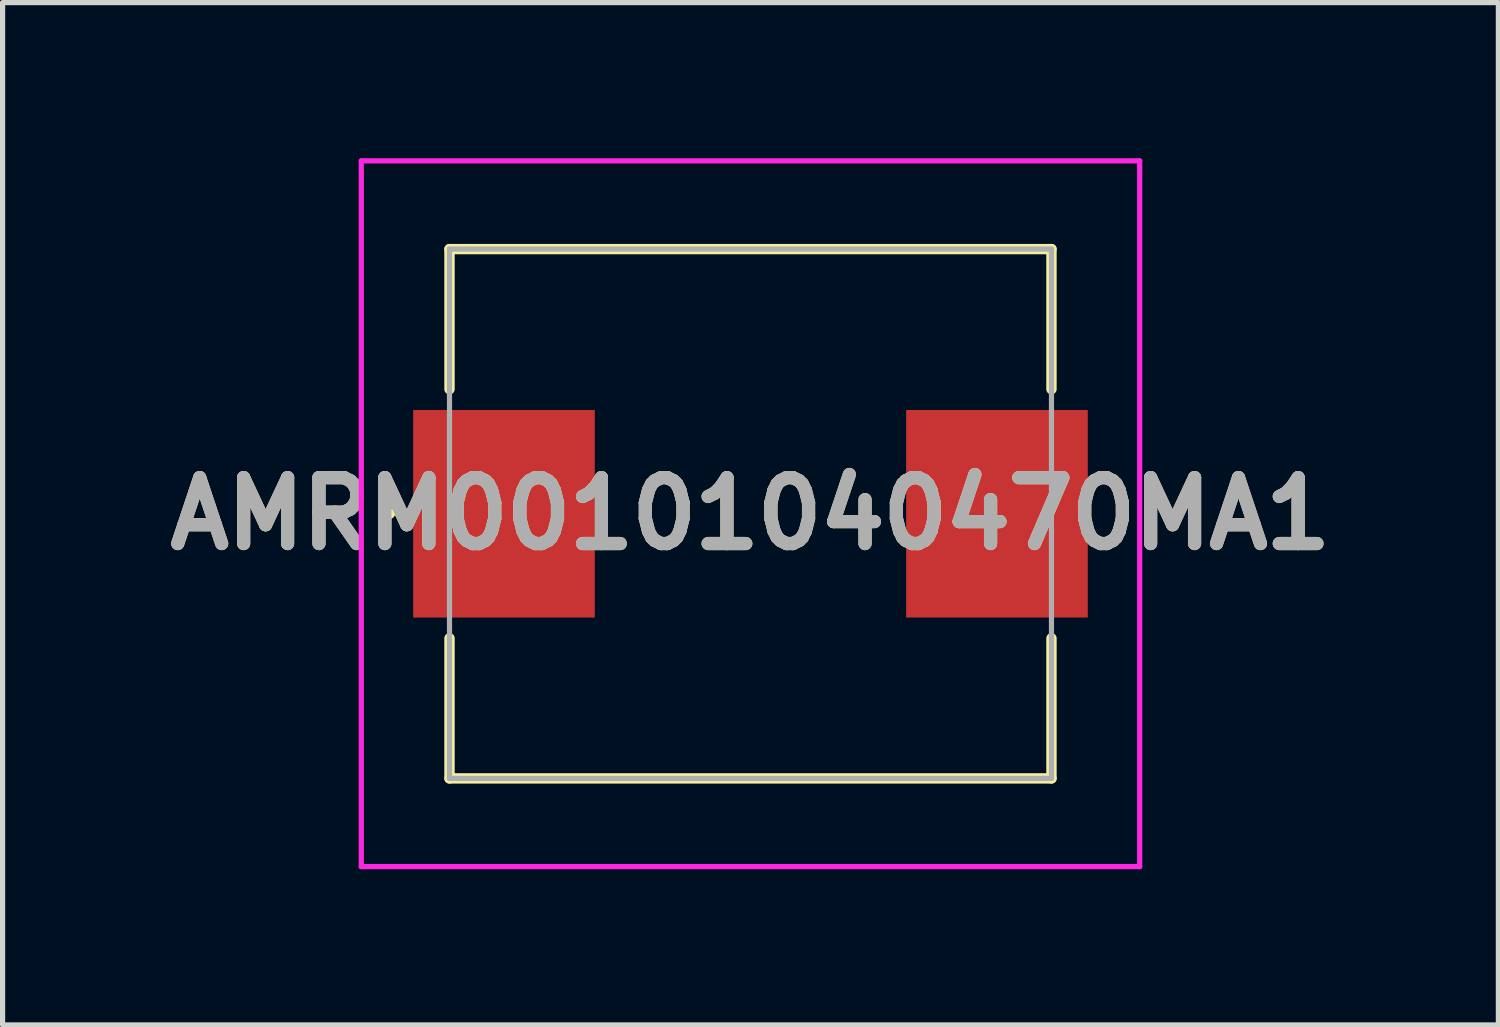
<source format=kicad_pcb>
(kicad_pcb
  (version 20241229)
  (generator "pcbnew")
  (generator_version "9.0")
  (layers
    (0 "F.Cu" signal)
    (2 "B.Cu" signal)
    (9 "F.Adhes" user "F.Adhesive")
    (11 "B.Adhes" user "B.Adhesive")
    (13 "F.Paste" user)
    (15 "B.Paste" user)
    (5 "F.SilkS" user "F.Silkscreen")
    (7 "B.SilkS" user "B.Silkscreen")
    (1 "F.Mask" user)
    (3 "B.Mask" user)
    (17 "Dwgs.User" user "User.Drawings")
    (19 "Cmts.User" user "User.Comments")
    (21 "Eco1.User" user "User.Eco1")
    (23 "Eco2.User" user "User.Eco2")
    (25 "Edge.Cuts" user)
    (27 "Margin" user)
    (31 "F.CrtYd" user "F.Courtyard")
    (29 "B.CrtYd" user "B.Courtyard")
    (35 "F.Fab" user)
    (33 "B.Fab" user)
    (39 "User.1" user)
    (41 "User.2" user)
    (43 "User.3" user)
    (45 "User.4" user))
  (footprint "AMRM00101040470MA1"
    (layer "F.Cu")
    (at 11.412 6.85)
    (property "Reference" "AMRM00101040470MA1" (at 0 0 0) (layer "F.SilkS") (effects (font (size 1.27 1.27) (thickness 0.254))))
    (attr smd)
    (fp_line (start -7 0) (end -7 0) (stroke (width 0.1) (type solid)) (layer "F.SilkS"))
    (fp_line (start -6.9 0) (end -6.9 0) (stroke (width 0.1) (type solid)) (layer "F.SilkS"))
    (fp_line (start -5.8 -5.1) (end 5.8 -5.1) (stroke (width 0.2) (type solid)) (layer "F.SilkS"))
    (fp_line (start -5.8 -2.4) (end -5.8 -5.1) (stroke (width 0.2) (type solid)) (layer "F.SilkS"))
    (fp_line (start -5.8 2.4) (end -5.8 5.1) (stroke (width 0.2) (type solid)) (layer "F.SilkS"))
    (fp_line (start -5.8 5.1) (end 5.8 5.1) (stroke (width 0.2) (type solid)) (layer "F.SilkS"))
    (fp_line (start 5.8 -5.1) (end 5.8 -2.4) (stroke (width 0.2) (type solid)) (layer "F.SilkS"))
    (fp_line (start 5.8 5.1) (end 5.8 2.4) (stroke (width 0.2) (type solid)) (layer "F.SilkS"))
    (fp_arc (start -7 0) (mid -6.95 -0.05) (end -6.9 0) (stroke (width 0.1) (type solid)) (layer "F.SilkS"))
    (fp_arc (start -6.9 0) (mid -6.95 0.05) (end -7 0) (stroke (width 0.1) (type solid)) (layer "F.SilkS"))
    (fp_line (start -7.5 -6.8) (end 7.5 -6.8) (stroke (width 0.1) (type solid)) (layer "F.CrtYd"))
    (fp_line (start -7.5 6.8) (end -7.5 -6.8) (stroke (width 0.1) (type solid)) (layer "F.CrtYd"))
    (fp_line (start 7.5 -6.8) (end 7.5 6.8) (stroke (width 0.1) (type solid)) (layer "F.CrtYd"))
    (fp_line (start 7.5 6.8) (end -7.5 6.8) (stroke (width 0.1) (type solid)) (layer "F.CrtYd"))
    (fp_line (start -5.8 -5.1) (end 5.8 -5.1) (stroke (width 0.1) (type solid)) (layer "F.Fab"))
    (fp_line (start -5.8 5.1) (end -5.8 -5.1) (stroke (width 0.1) (type solid)) (layer "F.Fab"))
    (fp_line (start 5.8 -5.1) (end 5.8 5.1) (stroke (width 0.1) (type solid)) (layer "F.Fab"))
    (fp_line (start 5.8 5.1) (end -5.8 5.1) (stroke (width 0.1) (type solid)) (layer "F.Fab"))
    (fp_text user "${REFERENCE}" (at 0 0 0) (layer "F.Fab") (effects (font (size 1.27 1.27) (thickness 0.254))))
    (pad "1" smd rect (at -4.75 0) (size 3.5 4) (layers "F.Cu" "F.Mask" "F.Paste"))
    (pad "2" smd rect (at 4.75 0) (size 3.5 4) (layers "F.Cu" "F.Mask" "F.Paste")))
  (gr_rect
    (start -3 -3)
    (end 25.824 16.7)
    (stroke (width 0.1) (type default))
    (fill no)
    (layer "Edge.Cuts")))
</source>
